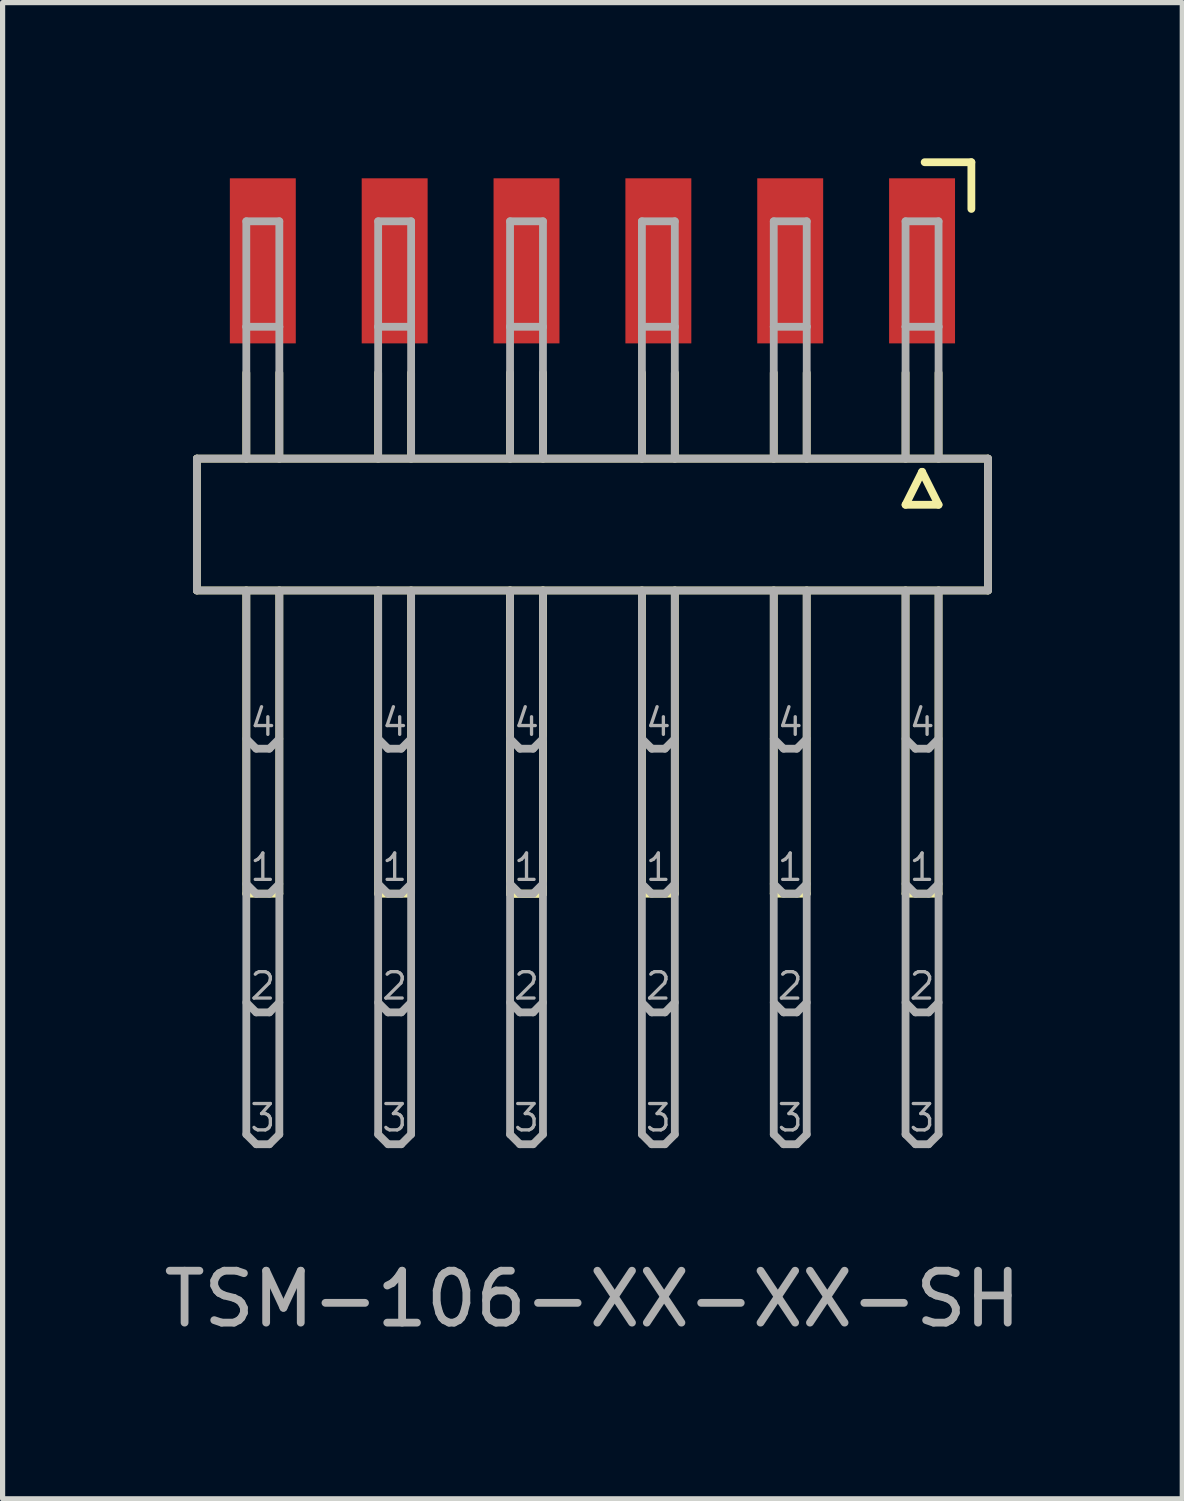
<source format=kicad_pcb>
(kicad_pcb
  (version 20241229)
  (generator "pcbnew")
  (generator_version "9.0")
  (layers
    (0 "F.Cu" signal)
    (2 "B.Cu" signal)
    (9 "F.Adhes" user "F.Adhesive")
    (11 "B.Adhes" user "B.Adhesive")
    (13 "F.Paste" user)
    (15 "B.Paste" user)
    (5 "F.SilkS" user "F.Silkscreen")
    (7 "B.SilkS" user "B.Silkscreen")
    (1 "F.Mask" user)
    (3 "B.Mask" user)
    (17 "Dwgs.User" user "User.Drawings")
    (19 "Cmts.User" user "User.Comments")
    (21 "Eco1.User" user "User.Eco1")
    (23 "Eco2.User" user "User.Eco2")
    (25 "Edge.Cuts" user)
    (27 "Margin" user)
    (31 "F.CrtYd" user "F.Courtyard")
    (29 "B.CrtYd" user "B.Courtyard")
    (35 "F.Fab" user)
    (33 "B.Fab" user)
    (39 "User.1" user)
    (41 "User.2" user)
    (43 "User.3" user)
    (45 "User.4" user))
  (footprint "TSM-106-XX-XX-SH"
    (layer "F.Cu")
    (at 8.363 6.975)
    (property "Reference" "TSM-106-XX-XX-SH" (at 0 15 0) (layer "F.Fab") (effects (font (size 1 1) (thickness 0.15))))
    (attr through_hole)
    (fp_line (start -7.62 -1.19) (end 7.62 -1.19) (stroke (width 0.15) (type solid)) (layer "F.SilkS"))
    (fp_line (start -7.62 1.35) (end -7.62 -1.19) (stroke (width 0.15) (type solid)) (layer "F.SilkS"))
    (fp_line (start -6.668 -1.19) (end -6.668 -2.841) (stroke (width 0.15) (type solid)) (layer "F.SilkS"))
    (fp_line (start -6.668 1.35) (end -6.668 7.192) (stroke (width 0.15) (type solid)) (layer "F.SilkS"))
    (fp_line (start -6.668 7.192) (end -6.032 7.192) (stroke (width 0.15) (type solid)) (layer "F.SilkS"))
    (fp_line (start -6.032 -2.841) (end -6.032 -1.19) (stroke (width 0.15) (type solid)) (layer "F.SilkS"))
    (fp_line (start -6.032 7.192) (end -6.032 1.35) (stroke (width 0.15) (type solid)) (layer "F.SilkS"))
    (fp_line (start -4.128 -2.841) (end -4.128 -1.19) (stroke (width 0.15) (type solid)) (layer "F.SilkS"))
    (fp_line (start -4.128 1.35) (end -4.128 7.192) (stroke (width 0.15) (type solid)) (layer "F.SilkS"))
    (fp_line (start -4.128 7.192) (end -3.493 7.192) (stroke (width 0.15) (type solid)) (layer "F.SilkS"))
    (fp_line (start -3.493 -2.841) (end -3.493 -1.19) (stroke (width 0.15) (type solid)) (layer "F.SilkS"))
    (fp_line (start -3.493 7.192) (end -3.493 1.35) (stroke (width 0.15) (type solid)) (layer "F.SilkS"))
    (fp_line (start -1.587 -2.841) (end -1.587 -1.19) (stroke (width 0.15) (type solid)) (layer "F.SilkS"))
    (fp_line (start -1.587 1.35) (end -1.587 7.192) (stroke (width 0.15) (type solid)) (layer "F.SilkS"))
    (fp_line (start -1.587 1.35) (end -1.587 7.192) (stroke (width 0.15) (type solid)) (layer "F.SilkS"))
    (fp_line (start -1.587 7.192) (end -0.953 7.192) (stroke (width 0.15) (type solid)) (layer "F.SilkS"))
    (fp_line (start -1.587 7.192) (end -0.953 7.192) (stroke (width 0.15) (type solid)) (layer "F.SilkS"))
    (fp_line (start -0.953 -1.19) (end -0.953 -2.841) (stroke (width 0.15) (type solid)) (layer "F.SilkS"))
    (fp_line (start -0.953 7.192) (end -0.953 1.35) (stroke (width 0.15) (type solid)) (layer "F.SilkS"))
    (fp_line (start -0.953 7.192) (end -0.953 1.35) (stroke (width 0.15) (type solid)) (layer "F.SilkS"))
    (fp_line (start 0.953 -2.841) (end 0.953 -1.19) (stroke (width 0.15) (type solid)) (layer "F.SilkS"))
    (fp_line (start 0.953 1.35) (end 0.953 7.192) (stroke (width 0.15) (type solid)) (layer "F.SilkS"))
    (fp_line (start 0.953 7.192) (end 1.587 7.192) (stroke (width 0.15) (type solid)) (layer "F.SilkS"))
    (fp_line (start 1.587 -1.19) (end 1.587 -2.841) (stroke (width 0.15) (type solid)) (layer "F.SilkS"))
    (fp_line (start 1.587 7.192) (end 1.587 1.35) (stroke (width 0.15) (type solid)) (layer "F.SilkS"))
    (fp_line (start 3.493 -2.841) (end 3.493 -1.19) (stroke (width 0.15) (type solid)) (layer "F.SilkS"))
    (fp_line (start 3.493 1.35) (end 3.493 7.192) (stroke (width 0.15) (type solid)) (layer "F.SilkS"))
    (fp_line (start 3.493 7.192) (end 4.128 7.192) (stroke (width 0.15) (type solid)) (layer "F.SilkS"))
    (fp_line (start 4.128 -1.19) (end 4.128 -2.841) (stroke (width 0.15) (type solid)) (layer "F.SilkS"))
    (fp_line (start 4.128 7.192) (end 4.128 1.35) (stroke (width 0.15) (type solid)) (layer "F.SilkS"))
    (fp_line (start 6.032 -2.841) (end 6.032 -1.19) (stroke (width 0.15) (type solid)) (layer "F.SilkS"))
    (fp_line (start 6.032 -0.301) (end 6.668 -0.301) (stroke (width 0.15) (type solid)) (layer "F.SilkS"))
    (fp_line (start 6.032 1.35) (end 6.032 7.192) (stroke (width 0.15) (type solid)) (layer "F.SilkS"))
    (fp_line (start 6.032 7.192) (end 6.668 7.192) (stroke (width 0.15) (type solid)) (layer "F.SilkS"))
    (fp_line (start 6.35 -0.936) (end 6.032 -0.301) (stroke (width 0.15) (type solid)) (layer "F.SilkS"))
    (fp_line (start 6.4 -6.9) (end 7.3 -6.9) (stroke (width 0.15) (type solid)) (layer "F.SilkS"))
    (fp_line (start 6.668 -1.19) (end 6.668 -2.841) (stroke (width 0.15) (type solid)) (layer "F.SilkS"))
    (fp_line (start 6.668 -0.301) (end 6.35 -0.936) (stroke (width 0.15) (type solid)) (layer "F.SilkS"))
    (fp_line (start 6.668 7.192) (end 6.668 1.35) (stroke (width 0.15) (type solid)) (layer "F.SilkS"))
    (fp_line (start 7.3 -6.9) (end 7.3 -6) (stroke (width 0.15) (type solid)) (layer "F.SilkS"))
    (fp_line (start 7.62 -1.19) (end 7.62 1.35) (stroke (width 0.15) (type solid)) (layer "F.SilkS"))
    (fp_line (start 7.62 1.35) (end -7.62 1.35) (stroke (width 0.15) (type solid)) (layer "F.SilkS"))
    (fp_line (start -7.62 -1.19) (end 7.62 -1.19) (stroke (width 0.15) (type solid)) (layer "F.Fab"))
    (fp_line (start -7.62 1.35) (end -7.62 -1.19) (stroke (width 0.15) (type solid)) (layer "F.Fab"))
    (fp_line (start -6.668 -5.762) (end -6.032 -5.762) (stroke (width 0.15) (type solid)) (layer "F.Fab"))
    (fp_line (start -6.668 -3.73) (end -6.668 -5.762) (stroke (width 0.15) (type solid)) (layer "F.Fab"))
    (fp_line (start -6.668 -3.73) (end -6.668 -1.19) (stroke (width 0.15) (type solid)) (layer "F.Fab"))
    (fp_line (start -6.668 1.35) (end -6.668 11.828) (stroke (width 0.15) (type solid)) (layer "F.Fab"))
    (fp_line (start -6.668 4.207) (end -6.477 4.398) (stroke (width 0.15) (type solid)) (layer "F.Fab"))
    (fp_line (start -6.668 7.002) (end -6.477 7.192) (stroke (width 0.15) (type solid)) (layer "F.Fab"))
    (fp_line (start -6.668 9.287) (end -6.477 9.478) (stroke (width 0.15) (type solid)) (layer "F.Fab"))
    (fp_line (start -6.668 11.828) (end -6.477 12.018) (stroke (width 0.15) (type solid)) (layer "F.Fab"))
    (fp_line (start -6.477 4.398) (end -6.223 4.398) (stroke (width 0.15) (type solid)) (layer "F.Fab"))
    (fp_line (start -6.477 7.192) (end -6.223 7.192) (stroke (width 0.15) (type solid)) (layer "F.Fab"))
    (fp_line (start -6.477 9.478) (end -6.223 9.478) (stroke (width 0.15) (type solid)) (layer "F.Fab"))
    (fp_line (start -6.477 12.018) (end -6.223 12.018) (stroke (width 0.15) (type solid)) (layer "F.Fab"))
    (fp_line (start -6.223 4.398) (end -6.032 4.207) (stroke (width 0.15) (type solid)) (layer "F.Fab"))
    (fp_line (start -6.223 7.192) (end -6.032 7.002) (stroke (width 0.15) (type solid)) (layer "F.Fab"))
    (fp_line (start -6.223 9.478) (end -6.032 9.287) (stroke (width 0.15) (type solid)) (layer "F.Fab"))
    (fp_line (start -6.223 12.018) (end -6.032 11.828) (stroke (width 0.15) (type solid)) (layer "F.Fab"))
    (fp_line (start -6.032 -5.762) (end -6.032 -3.73) (stroke (width 0.15) (type solid)) (layer "F.Fab"))
    (fp_line (start -6.032 -3.73) (end -6.668 -3.73) (stroke (width 0.15) (type solid)) (layer "F.Fab"))
    (fp_line (start -6.032 -3.73) (end -6.032 -1.19) (stroke (width 0.15) (type solid)) (layer "F.Fab"))
    (fp_line (start -6.032 11.828) (end -6.032 1.35) (stroke (width 0.15) (type solid)) (layer "F.Fab"))
    (fp_line (start -4.128 -5.762) (end -3.493 -5.762) (stroke (width 0.15) (type solid)) (layer "F.Fab"))
    (fp_line (start -4.128 -3.73) (end -4.128 -5.762) (stroke (width 0.15) (type solid)) (layer "F.Fab"))
    (fp_line (start -4.128 -3.73) (end -4.128 -1.19) (stroke (width 0.15) (type solid)) (layer "F.Fab"))
    (fp_line (start -4.128 1.35) (end -4.128 11.828) (stroke (width 0.15) (type solid)) (layer "F.Fab"))
    (fp_line (start -4.128 4.207) (end -3.937 4.398) (stroke (width 0.15) (type solid)) (layer "F.Fab"))
    (fp_line (start -4.128 7.002) (end -3.937 7.192) (stroke (width 0.15) (type solid)) (layer "F.Fab"))
    (fp_line (start -4.128 9.287) (end -3.937 9.478) (stroke (width 0.15) (type solid)) (layer "F.Fab"))
    (fp_line (start -4.128 11.828) (end -3.937 12.018) (stroke (width 0.15) (type solid)) (layer "F.Fab"))
    (fp_line (start -3.937 4.398) (end -3.683 4.398) (stroke (width 0.15) (type solid)) (layer "F.Fab"))
    (fp_line (start -3.937 7.192) (end -3.683 7.192) (stroke (width 0.15) (type solid)) (layer "F.Fab"))
    (fp_line (start -3.937 9.478) (end -3.683 9.478) (stroke (width 0.15) (type solid)) (layer "F.Fab"))
    (fp_line (start -3.937 12.018) (end -3.683 12.018) (stroke (width 0.15) (type solid)) (layer "F.Fab"))
    (fp_line (start -3.683 4.398) (end -3.493 4.207) (stroke (width 0.15) (type solid)) (layer "F.Fab"))
    (fp_line (start -3.683 7.192) (end -3.493 7.002) (stroke (width 0.15) (type solid)) (layer "F.Fab"))
    (fp_line (start -3.683 9.478) (end -3.493 9.287) (stroke (width 0.15) (type solid)) (layer "F.Fab"))
    (fp_line (start -3.683 12.018) (end -3.493 11.828) (stroke (width 0.15) (type solid)) (layer "F.Fab"))
    (fp_line (start -3.493 -5.762) (end -3.493 -3.73) (stroke (width 0.15) (type solid)) (layer "F.Fab"))
    (fp_line (start -3.493 -3.73) (end -4.128 -3.73) (stroke (width 0.15) (type solid)) (layer "F.Fab"))
    (fp_line (start -3.493 -3.73) (end -3.493 -1.19) (stroke (width 0.15) (type solid)) (layer "F.Fab"))
    (fp_line (start -3.493 11.828) (end -3.493 1.35) (stroke (width 0.15) (type solid)) (layer "F.Fab"))
    (fp_line (start -1.587 -5.762) (end -0.953 -5.762) (stroke (width 0.15) (type solid)) (layer "F.Fab"))
    (fp_line (start -1.587 -3.73) (end -1.587 -5.762) (stroke (width 0.15) (type solid)) (layer "F.Fab"))
    (fp_line (start -1.587 -3.73) (end -1.587 -1.19) (stroke (width 0.15) (type solid)) (layer "F.Fab"))
    (fp_line (start -1.587 1.35) (end -1.587 11.828) (stroke (width 0.15) (type solid)) (layer "F.Fab"))
    (fp_line (start -1.587 4.207) (end -1.397 4.398) (stroke (width 0.15) (type solid)) (layer "F.Fab"))
    (fp_line (start -1.587 7.002) (end -1.397 7.192) (stroke (width 0.15) (type solid)) (layer "F.Fab"))
    (fp_line (start -1.587 9.287) (end -1.397 9.478) (stroke (width 0.15) (type solid)) (layer "F.Fab"))
    (fp_line (start -1.587 11.828) (end -1.397 12.018) (stroke (width 0.15) (type solid)) (layer "F.Fab"))
    (fp_line (start -1.397 4.398) (end -1.143 4.398) (stroke (width 0.15) (type solid)) (layer "F.Fab"))
    (fp_line (start -1.397 7.192) (end -1.143 7.192) (stroke (width 0.15) (type solid)) (layer "F.Fab"))
    (fp_line (start -1.397 9.478) (end -1.143 9.478) (stroke (width 0.15) (type solid)) (layer "F.Fab"))
    (fp_line (start -1.397 12.018) (end -1.143 12.018) (stroke (width 0.15) (type solid)) (layer "F.Fab"))
    (fp_line (start -1.143 4.398) (end -0.953 4.207) (stroke (width 0.15) (type solid)) (layer "F.Fab"))
    (fp_line (start -1.143 7.192) (end -0.953 7.002) (stroke (width 0.15) (type solid)) (layer "F.Fab"))
    (fp_line (start -1.143 9.478) (end -0.953 9.287) (stroke (width 0.15) (type solid)) (layer "F.Fab"))
    (fp_line (start -1.143 12.018) (end -0.953 11.828) (stroke (width 0.15) (type solid)) (layer "F.Fab"))
    (fp_line (start -0.953 -5.762) (end -0.953 -3.73) (stroke (width 0.15) (type solid)) (layer "F.Fab"))
    (fp_line (start -0.953 -3.73) (end -1.587 -3.73) (stroke (width 0.15) (type solid)) (layer "F.Fab"))
    (fp_line (start -0.953 -3.73) (end -0.953 -1.19) (stroke (width 0.15) (type solid)) (layer "F.Fab"))
    (fp_line (start -0.953 11.828) (end -0.953 1.35) (stroke (width 0.15) (type solid)) (layer "F.Fab"))
    (fp_line (start 0.953 -5.762) (end 1.587 -5.762) (stroke (width 0.15) (type solid)) (layer "F.Fab"))
    (fp_line (start 0.953 -3.73) (end 0.953 -5.762) (stroke (width 0.15) (type solid)) (layer "F.Fab"))
    (fp_line (start 0.953 -3.73) (end 0.953 -1.19) (stroke (width 0.15) (type solid)) (layer "F.Fab"))
    (fp_line (start 0.953 1.35) (end 0.953 11.828) (stroke (width 0.15) (type solid)) (layer "F.Fab"))
    (fp_line (start 0.953 4.207) (end 1.143 4.398) (stroke (width 0.15) (type solid)) (layer "F.Fab"))
    (fp_line (start 0.953 7.002) (end 1.143 7.192) (stroke (width 0.15) (type solid)) (layer "F.Fab"))
    (fp_line (start 0.953 9.287) (end 1.143 9.478) (stroke (width 0.15) (type solid)) (layer "F.Fab"))
    (fp_line (start 0.953 11.828) (end 1.143 12.018) (stroke (width 0.15) (type solid)) (layer "F.Fab"))
    (fp_line (start 1.143 4.398) (end 1.397 4.398) (stroke (width 0.15) (type solid)) (layer "F.Fab"))
    (fp_line (start 1.143 7.192) (end 1.397 7.192) (stroke (width 0.15) (type solid)) (layer "F.Fab"))
    (fp_line (start 1.143 9.478) (end 1.397 9.478) (stroke (width 0.15) (type solid)) (layer "F.Fab"))
    (fp_line (start 1.143 12.018) (end 1.397 12.018) (stroke (width 0.15) (type solid)) (layer "F.Fab"))
    (fp_line (start 1.397 4.398) (end 1.587 4.207) (stroke (width 0.15) (type solid)) (layer "F.Fab"))
    (fp_line (start 1.397 7.192) (end 1.587 7.002) (stroke (width 0.15) (type solid)) (layer "F.Fab"))
    (fp_line (start 1.397 9.478) (end 1.587 9.287) (stroke (width 0.15) (type solid)) (layer "F.Fab"))
    (fp_line (start 1.397 12.018) (end 1.587 11.828) (stroke (width 0.15) (type solid)) (layer "F.Fab"))
    (fp_line (start 1.587 -5.762) (end 1.587 -3.73) (stroke (width 0.15) (type solid)) (layer "F.Fab"))
    (fp_line (start 1.587 -3.73) (end 0.953 -3.73) (stroke (width 0.15) (type solid)) (layer "F.Fab"))
    (fp_line (start 1.587 -3.73) (end 1.587 -1.19) (stroke (width 0.15) (type solid)) (layer "F.Fab"))
    (fp_line (start 1.587 11.828) (end 1.587 1.35) (stroke (width 0.15) (type solid)) (layer "F.Fab"))
    (fp_line (start 3.493 -5.762) (end 4.128 -5.762) (stroke (width 0.15) (type solid)) (layer "F.Fab"))
    (fp_line (start 3.493 -3.73) (end 3.493 -5.762) (stroke (width 0.15) (type solid)) (layer "F.Fab"))
    (fp_line (start 3.493 -3.73) (end 3.493 -1.19) (stroke (width 0.15) (type solid)) (layer "F.Fab"))
    (fp_line (start 3.493 1.35) (end 3.493 11.828) (stroke (width 0.15) (type solid)) (layer "F.Fab"))
    (fp_line (start 3.493 4.207) (end 3.683 4.398) (stroke (width 0.15) (type solid)) (layer "F.Fab"))
    (fp_line (start 3.493 7.002) (end 3.683 7.192) (stroke (width 0.15) (type solid)) (layer "F.Fab"))
    (fp_line (start 3.493 9.287) (end 3.683 9.478) (stroke (width 0.15) (type solid)) (layer "F.Fab"))
    (fp_line (start 3.493 11.828) (end 3.683 12.018) (stroke (width 0.15) (type solid)) (layer "F.Fab"))
    (fp_line (start 3.683 4.398) (end 3.937 4.398) (stroke (width 0.15) (type solid)) (layer "F.Fab"))
    (fp_line (start 3.683 7.192) (end 3.937 7.192) (stroke (width 0.15) (type solid)) (layer "F.Fab"))
    (fp_line (start 3.683 9.478) (end 3.937 9.478) (stroke (width 0.15) (type solid)) (layer "F.Fab"))
    (fp_line (start 3.683 12.018) (end 3.937 12.018) (stroke (width 0.15) (type solid)) (layer "F.Fab"))
    (fp_line (start 3.937 4.398) (end 4.128 4.207) (stroke (width 0.15) (type solid)) (layer "F.Fab"))
    (fp_line (start 3.937 7.192) (end 4.128 7.002) (stroke (width 0.15) (type solid)) (layer "F.Fab"))
    (fp_line (start 3.937 9.478) (end 4.128 9.287) (stroke (width 0.15) (type solid)) (layer "F.Fab"))
    (fp_line (start 3.937 12.018) (end 4.128 11.828) (stroke (width 0.15) (type solid)) (layer "F.Fab"))
    (fp_line (start 4.128 -5.762) (end 4.128 -3.73) (stroke (width 0.15) (type solid)) (layer "F.Fab"))
    (fp_line (start 4.128 -3.73) (end 3.493 -3.73) (stroke (width 0.15) (type solid)) (layer "F.Fab"))
    (fp_line (start 4.128 -3.73) (end 4.128 -1.19) (stroke (width 0.15) (type solid)) (layer "F.Fab"))
    (fp_line (start 4.128 11.828) (end 4.128 1.35) (stroke (width 0.15) (type solid)) (layer "F.Fab"))
    (fp_line (start 6.032 -5.762) (end 6.668 -5.762) (stroke (width 0.15) (type solid)) (layer "F.Fab"))
    (fp_line (start 6.032 -3.73) (end 6.032 -5.762) (stroke (width 0.15) (type solid)) (layer "F.Fab"))
    (fp_line (start 6.032 -3.73) (end 6.032 -1.19) (stroke (width 0.15) (type solid)) (layer "F.Fab"))
    (fp_line (start 6.032 1.35) (end 6.032 11.828) (stroke (width 0.15) (type solid)) (layer "F.Fab"))
    (fp_line (start 6.032 4.207) (end 6.223 4.398) (stroke (width 0.15) (type solid)) (layer "F.Fab"))
    (fp_line (start 6.032 7.002) (end 6.223 7.192) (stroke (width 0.15) (type solid)) (layer "F.Fab"))
    (fp_line (start 6.032 9.287) (end 6.223 9.478) (stroke (width 0.15) (type solid)) (layer "F.Fab"))
    (fp_line (start 6.032 11.828) (end 6.223 12.018) (stroke (width 0.15) (type solid)) (layer "F.Fab"))
    (fp_line (start 6.223 4.398) (end 6.477 4.398) (stroke (width 0.15) (type solid)) (layer "F.Fab"))
    (fp_line (start 6.223 7.192) (end 6.477 7.192) (stroke (width 0.15) (type solid)) (layer "F.Fab"))
    (fp_line (start 6.223 9.478) (end 6.477 9.478) (stroke (width 0.15) (type solid)) (layer "F.Fab"))
    (fp_line (start 6.223 12.018) (end 6.477 12.018) (stroke (width 0.15) (type solid)) (layer "F.Fab"))
    (fp_line (start 6.477 4.398) (end 6.668 4.207) (stroke (width 0.15) (type solid)) (layer "F.Fab"))
    (fp_line (start 6.477 7.192) (end 6.668 7.002) (stroke (width 0.15) (type solid)) (layer "F.Fab"))
    (fp_line (start 6.477 9.478) (end 6.668 9.287) (stroke (width 0.15) (type solid)) (layer "F.Fab"))
    (fp_line (start 6.477 12.018) (end 6.668 11.828) (stroke (width 0.15) (type solid)) (layer "F.Fab"))
    (fp_line (start 6.668 -5.762) (end 6.668 -3.73) (stroke (width 0.15) (type solid)) (layer "F.Fab"))
    (fp_line (start 6.668 -3.73) (end 6.032 -3.73) (stroke (width 0.15) (type solid)) (layer "F.Fab"))
    (fp_line (start 6.668 -3.73) (end 6.668 -1.19) (stroke (width 0.15) (type solid)) (layer "F.Fab"))
    (fp_line (start 6.668 11.828) (end 6.668 1.35) (stroke (width 0.15) (type solid)) (layer "F.Fab"))
    (fp_line (start 7.62 -1.19) (end 7.62 1.35) (stroke (width 0.15) (type solid)) (layer "F.Fab"))
    (fp_line (start 7.62 1.35) (end -7.62 1.35) (stroke (width 0.15) (type solid)) (layer "F.Fab"))
    (fp_text user "1" (at -6.35 6.684 0) (layer "F.Fab") (effects (font (size 0.508 0.508) (thickness 0.064))))
    (fp_text user "4" (at 1.27 3.89 0) (layer "F.Fab") (effects (font (size 0.508 0.508) (thickness 0.064))))
    (fp_text user "3" (at -1.27 11.51 0) (layer "F.Fab") (effects (font (size 0.508 0.508) (thickness 0.064))))
    (fp_text user "1" (at 6.35 6.684 0) (layer "F.Fab") (effects (font (size 0.508 0.508) (thickness 0.064))))
    (fp_text user "1" (at 1.27 6.684 0) (layer "F.Fab") (effects (font (size 0.508 0.508) (thickness 0.064))))
    (fp_text user "3" (at -6.35 11.51 0) (layer "F.Fab") (effects (font (size 0.508 0.508) (thickness 0.064))))
    (fp_text user "4" (at -1.27 3.89 0) (layer "F.Fab") (effects (font (size 0.508 0.508) (thickness 0.064))))
    (fp_text user "2" (at -1.27 8.97 0) (layer "F.Fab") (effects (font (size 0.508 0.508) (thickness 0.064))))
    (fp_text user "2" (at 3.81 8.97 0) (layer "F.Fab") (effects (font (size 0.508 0.508) (thickness 0.064))))
    (fp_text user "4" (at 3.81 3.89 0) (layer "F.Fab") (effects (font (size 0.508 0.508) (thickness 0.064))))
    (fp_text user "1" (at -3.81 6.684 0) (layer "F.Fab") (effects (font (size 0.508 0.508) (thickness 0.064))))
    (fp_text user "3" (at 6.35 11.51 0) (layer "F.Fab") (effects (font (size 0.508 0.508) (thickness 0.064))))
    (fp_text user "4" (at -3.81 3.89 0) (layer "F.Fab") (effects (font (size 0.508 0.508) (thickness 0.064))))
    (fp_text user "1" (at -1.27 6.684 0) (layer "F.Fab") (effects (font (size 0.508 0.508) (thickness 0.064))))
    (fp_text user "3" (at 3.81 11.51 0) (layer "F.Fab") (effects (font (size 0.508 0.508) (thickness 0.064))))
    (fp_text user "2" (at -6.35 8.97 0) (layer "F.Fab") (effects (font (size 0.508 0.508) (thickness 0.064))))
    (fp_text user "4" (at -6.35 3.89 0) (layer "F.Fab") (effects (font (size 0.508 0.508) (thickness 0.064))))
    (fp_text user "1" (at 3.81 6.684 0) (layer "F.Fab") (effects (font (size 0.508 0.508) (thickness 0.064))))
    (fp_text user "4" (at 6.35 3.89 0) (layer "F.Fab") (effects (font (size 0.508 0.508) (thickness 0.064))))
    (fp_text user "3" (at -3.81 11.51 0) (layer "F.Fab") (effects (font (size 0.508 0.508) (thickness 0.064))))
    (fp_text user "2" (at 1.27 8.97 0) (layer "F.Fab") (effects (font (size 0.508 0.508) (thickness 0.064))))
    (fp_text user "2" (at -3.81 8.97 0) (layer "F.Fab") (effects (font (size 0.508 0.508) (thickness 0.064))))
    (fp_text user "2" (at 6.35 8.97 0) (layer "F.Fab") (effects (font (size 0.508 0.508) (thickness 0.064))))
    (fp_text user "3" (at 1.27 11.51 0) (layer "F.Fab") (effects (font (size 0.508 0.508) (thickness 0.064))))
    (pad "1" smd rect (at 6.35 -5) (size 1.27 3.18) (layers "F.Cu" "F.Mask" "F.Paste"))
    (pad "2" smd rect (at 3.81 -5) (size 1.27 3.18) (layers "F.Cu" "F.Mask" "F.Paste"))
    (pad "3" smd rect (at 1.27 -5) (size 1.27 3.18) (layers "F.Cu" "F.Mask" "F.Paste"))
    (pad "4" smd rect (at -1.27 -5) (size 1.27 3.18) (layers "F.Cu" "F.Mask" "F.Paste"))
    (pad "5" smd rect (at -3.81 -5) (size 1.27 3.18) (layers "F.Cu" "F.Mask" "F.Paste"))
    (pad "6" smd rect (at -6.35 -5) (size 1.27 3.18) (layers "F.Cu" "F.Mask" "F.Paste")))
  (gr_rect
    (start -3 -3)
    (end 19.726 25.823)
    (stroke (width 0.1) (type default))
    (fill no)
    (layer "Edge.Cuts")))
</source>
